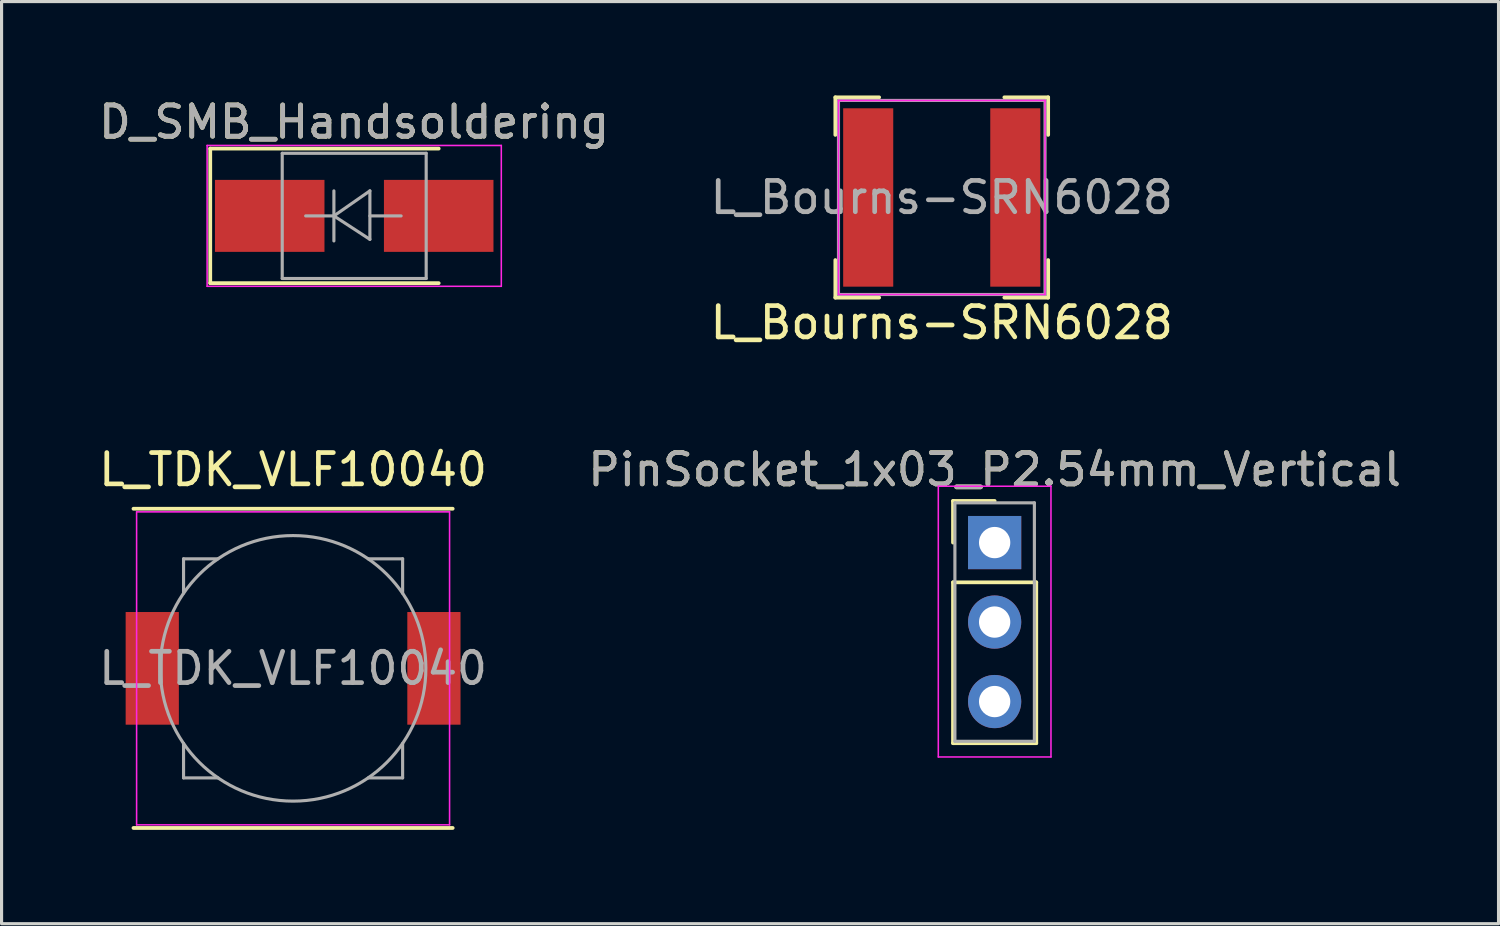
<source format=kicad_pcb>
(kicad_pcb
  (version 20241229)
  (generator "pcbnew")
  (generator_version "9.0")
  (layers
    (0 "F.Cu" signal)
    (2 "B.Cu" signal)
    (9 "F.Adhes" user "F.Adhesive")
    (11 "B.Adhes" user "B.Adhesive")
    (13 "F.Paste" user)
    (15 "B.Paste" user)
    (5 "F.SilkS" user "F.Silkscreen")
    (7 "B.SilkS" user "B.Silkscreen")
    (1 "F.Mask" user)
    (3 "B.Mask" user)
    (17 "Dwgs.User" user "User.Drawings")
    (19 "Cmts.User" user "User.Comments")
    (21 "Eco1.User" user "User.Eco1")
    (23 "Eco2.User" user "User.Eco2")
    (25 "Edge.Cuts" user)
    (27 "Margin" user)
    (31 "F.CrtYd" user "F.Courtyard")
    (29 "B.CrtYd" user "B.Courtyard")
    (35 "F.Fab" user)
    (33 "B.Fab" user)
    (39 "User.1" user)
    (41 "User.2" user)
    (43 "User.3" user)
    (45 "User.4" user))
  (footprint "L_TDK_VLF10040"
    (layer "F.Cu")
    (at 6.315 18.306)
    (property "Reference" "L_TDK_VLF10040" (at 0 -6.35 0) (layer "F.SilkS") (effects (font (size 1 1) (thickness 0.15))))
    (attr smd)
    (fp_line (start -5.1 -5.1) (end 5.1 -5.1) (stroke (width 0.12) (type solid)) (layer "F.SilkS"))
    (fp_line (start -5.1 5.1) (end 5.1 5.1) (stroke (width 0.12) (type solid)) (layer "F.SilkS"))
    (fp_line (start -5 -5) (end -5 5) (stroke (width 0.05) (type solid)) (layer "F.CrtYd"))
    (fp_line (start -5 5) (end 5 5) (stroke (width 0.05) (type solid)) (layer "F.CrtYd"))
    (fp_line (start 5 -5) (end -5 -5) (stroke (width 0.05) (type solid)) (layer "F.CrtYd"))
    (fp_line (start 5 5) (end 5 -5) (stroke (width 0.05) (type solid)) (layer "F.CrtYd"))
    (fp_line (start -3.5 -3.5) (end -2.4 -3.5) (stroke (width 0.1) (type solid)) (layer "F.Fab"))
    (fp_line (start -3.5 -2.4) (end -3.5 -3.5) (stroke (width 0.1) (type solid)) (layer "F.Fab"))
    (fp_line (start -3.5 2.4) (end -3.5 3.5) (stroke (width 0.1) (type solid)) (layer "F.Fab"))
    (fp_line (start -3.5 3.5) (end -2.4 3.5) (stroke (width 0.1) (type solid)) (layer "F.Fab"))
    (fp_line (start 3.5 -3.5) (end 2.4 -3.5) (stroke (width 0.1) (type solid)) (layer "F.Fab"))
    (fp_line (start 3.5 -3.5) (end 3.5 -2.4) (stroke (width 0.1) (type solid)) (layer "F.Fab"))
    (fp_line (start 3.5 2.4) (end 3.5 3.5) (stroke (width 0.1) (type solid)) (layer "F.Fab"))
    (fp_line (start 3.5 3.5) (end 2.4 3.5) (stroke (width 0.1) (type solid)) (layer "F.Fab"))
    (fp_circle (center 0 0) (end 3 3) (stroke (width 0.1) (type solid)) (fill no) (layer "F.Fab"))
    (fp_text user "${REFERENCE}" (at 0 0 0) (layer "F.Fab") (effects (font (size 1 1) (thickness 0.15))))
    (pad "1" smd rect (at -4.5 0) (size 1.7 3.6) (layers "F.Cu" "F.Mask" "F.Paste"))
    (pad "2" smd rect (at 4.5 0) (size 1.7 3.6) (layers "F.Cu" "F.Mask" "F.Paste")))
  (footprint "PinSocket_1x03_P2.54mm_Vertical"
    (layer "F.Cu")
    (at 28.732 14.287)
    (property "Reference" "PinSocket_1x03_P2.54mm_Vertical" (at 0 -2.33 0) (layer "F.SilkS") (effects (font (size 1 1) (thickness 0.15))))
    (attr through_hole)
    (fp_line (start -1.33 -1.33) (end 0 -1.33) (stroke (width 0.12) (type solid)) (layer "F.SilkS"))
    (fp_line (start -1.33 0) (end -1.33 -1.33) (stroke (width 0.12) (type solid)) (layer "F.SilkS"))
    (fp_line (start -1.33 1.27) (end -1.33 6.41) (stroke (width 0.12) (type solid)) (layer "F.SilkS"))
    (fp_line (start -1.33 6.41) (end 1.33 6.41) (stroke (width 0.12) (type solid)) (layer "F.SilkS"))
    (fp_line (start 1.33 1.27) (end -1.33 1.27) (stroke (width 0.12) (type solid)) (layer "F.SilkS"))
    (fp_line (start 1.33 6.41) (end 1.33 1.27) (stroke (width 0.12) (type solid)) (layer "F.SilkS"))
    (fp_line (start -1.8 -1.8) (end -1.8 6.85) (stroke (width 0.05) (type solid)) (layer "F.CrtYd"))
    (fp_line (start -1.8 6.85) (end 1.8 6.85) (stroke (width 0.05) (type solid)) (layer "F.CrtYd"))
    (fp_line (start 1.8 -1.8) (end -1.8 -1.8) (stroke (width 0.05) (type solid)) (layer "F.CrtYd"))
    (fp_line (start 1.8 6.85) (end 1.8 -1.8) (stroke (width 0.05) (type solid)) (layer "F.CrtYd"))
    (fp_line (start -1.27 -1.27) (end -1.27 6.35) (stroke (width 0.1) (type solid)) (layer "F.Fab"))
    (fp_line (start -1.27 6.35) (end 1.27 6.35) (stroke (width 0.1) (type solid)) (layer "F.Fab"))
    (fp_line (start 1.27 -1.27) (end -1.27 -1.27) (stroke (width 0.1) (type solid)) (layer "F.Fab"))
    (fp_line (start 1.27 6.35) (end 1.27 -1.27) (stroke (width 0.1) (type solid)) (layer "F.Fab"))
    (fp_text user "${REFERENCE}" (at 0 -2.33 0) (layer "F.Fab") (effects (font (size 1 1) (thickness 0.15))))
    (pad "1" thru_hole rect (at 0 0) (size 1.7 1.7) (drill 1) (layers "*.Cu" "*.Mask"))
    (pad "2" thru_hole oval (at 0 2.54) (size 1.7 1.7) (drill 1) (layers "*.Cu" "*.Mask"))
    (pad "3" thru_hole oval (at 0 5.08) (size 1.7 1.7) (drill 1) (layers "*.Cu" "*.Mask")))
  (footprint "D_SMB_Handsoldering"
    (layer "F.Cu")
    (at 8.268 3.848)
    (property "Reference" "D_SMB_Handsoldering" (at 0 -3 0) (layer "F.SilkS") (effects (font (size 1 1) (thickness 0.15))))
    (attr smd)
    (fp_line (start -4.6 -2.15) (end -4.6 2.15) (stroke (width 0.12) (type solid)) (layer "F.SilkS"))
    (fp_line (start -4.6 -2.15) (end 2.7 -2.15) (stroke (width 0.12) (type solid)) (layer "F.SilkS"))
    (fp_line (start -4.6 2.15) (end 2.7 2.15) (stroke (width 0.12) (type solid)) (layer "F.SilkS"))
    (fp_line (start -4.7 -2.25) (end 4.7 -2.25) (stroke (width 0.05) (type solid)) (layer "F.CrtYd"))
    (fp_line (start -4.7 2.25) (end -4.7 -2.25) (stroke (width 0.05) (type solid)) (layer "F.CrtYd"))
    (fp_line (start 4.7 -2.25) (end 4.7 2.25) (stroke (width 0.05) (type solid)) (layer "F.CrtYd"))
    (fp_line (start 4.7 2.25) (end -4.7 2.25) (stroke (width 0.05) (type solid)) (layer "F.CrtYd"))
    (fp_line (start -2.3 2) (end -2.3 -2) (stroke (width 0.1) (type solid)) (layer "F.Fab"))
    (fp_line (start -0.649 -0.799) (end -0.649 0.801) (stroke (width 0.1) (type solid)) (layer "F.Fab"))
    (fp_line (start -0.649 0.001) (end -1.551 0.001) (stroke (width 0.1) (type solid)) (layer "F.Fab"))
    (fp_line (start -0.649 0.001) (end 0.501 -0.799) (stroke (width 0.1) (type solid)) (layer "F.Fab"))
    (fp_line (start -0.649 0.001) (end 0.501 0.75) (stroke (width 0.1) (type solid)) (layer "F.Fab"))
    (fp_line (start 0.501 0.001) (end 1.499 0.001) (stroke (width 0.1) (type solid)) (layer "F.Fab"))
    (fp_line (start 0.501 0.75) (end 0.501 -0.799) (stroke (width 0.1) (type solid)) (layer "F.Fab"))
    (fp_line (start 2.3 -2) (end -2.3 -2) (stroke (width 0.1) (type solid)) (layer "F.Fab"))
    (fp_line (start 2.3 -2) (end 2.3 2) (stroke (width 0.1) (type solid)) (layer "F.Fab"))
    (fp_line (start 2.3 2) (end -2.3 2) (stroke (width 0.1) (type solid)) (layer "F.Fab"))
    (fp_text user "${REFERENCE}" (at 0 -3 0) (layer "F.Fab") (effects (font (size 1 1) (thickness 0.15))))
    (pad "1" smd rect (at -2.7 0) (size 3.5 2.3) (layers "F.Cu" "F.Mask" "F.Paste"))
    (pad "2" smd rect (at 2.7 0) (size 3.5 2.3) (layers "F.Cu" "F.Mask" "F.Paste")))
  (footprint "L_Bourns-SRN6028"
    (layer "F.Cu")
    (at 27.042 3.26)
    (property "Reference" "L_Bourns-SRN6028" (at 0 4 0) (layer "F.SilkS") (effects (font (size 1 1) (thickness 0.15))))
    (attr smd)
    (fp_line (start -3.4 -3.2) (end -3.4 -2) (stroke (width 0.12) (type solid)) (layer "F.SilkS"))
    (fp_line (start -3.4 -3.2) (end -2 -3.2) (stroke (width 0.12) (type solid)) (layer "F.SilkS"))
    (fp_line (start -3.4 3.2) (end -3.4 2) (stroke (width 0.12) (type solid)) (layer "F.SilkS"))
    (fp_line (start -3.4 3.2) (end -2 3.2) (stroke (width 0.12) (type solid)) (layer "F.SilkS"))
    (fp_line (start 3.4 -3.2) (end 2 -3.2) (stroke (width 0.12) (type solid)) (layer "F.SilkS"))
    (fp_line (start 3.4 -3.2) (end 3.4 -2) (stroke (width 0.12) (type solid)) (layer "F.SilkS"))
    (fp_line (start 3.4 3.2) (end 2 3.2) (stroke (width 0.12) (type solid)) (layer "F.SilkS"))
    (fp_line (start 3.4 3.2) (end 3.4 2) (stroke (width 0.12) (type solid)) (layer "F.SilkS"))
    (fp_line (start -3.3 -3.1) (end -3.3 3.1) (stroke (width 0.05) (type solid)) (layer "F.CrtYd"))
    (fp_line (start -3.3 -3.1) (end 3.3 -3.1) (stroke (width 0.05) (type solid)) (layer "F.CrtYd"))
    (fp_line (start 3.3 -3.1) (end 3.3 3.1) (stroke (width 0.05) (type solid)) (layer "F.CrtYd"))
    (fp_line (start 3.3 3.1) (end -3.3 3.1) (stroke (width 0.05) (type solid)) (layer "F.CrtYd"))
    (fp_line (start -3.3 -3.1) (end -3.3 3.1) (stroke (width 0.1) (type solid)) (layer "F.Fab"))
    (fp_line (start -3.3 -3.1) (end 3.3 -3.1) (stroke (width 0.1) (type solid)) (layer "F.Fab"))
    (fp_line (start 3.3 -3.1) (end 3.3 3.1) (stroke (width 0.1) (type solid)) (layer "F.Fab"))
    (fp_line (start 3.3 3.1) (end -3.3 3.1) (stroke (width 0.1) (type solid)) (layer "F.Fab"))
    (fp_text user "${REFERENCE}" (at 0 0 0) (layer "F.Fab") (effects (font (size 1 1) (thickness 0.15))))
    (pad "1" smd rect (at -2.35 0) (size 1.6 5.7) (layers "F.Cu" "F.Mask" "F.Paste"))
    (pad "2" smd rect (at 2.35 0) (size 1.6 5.7) (layers "F.Cu" "F.Mask" "F.Paste")))
  (gr_rect
    (start -3 -3)
    (end 44.833 26.466)
    (stroke (width 0.1) (type default))
    (fill no)
    (layer "Edge.Cuts")))
</source>
